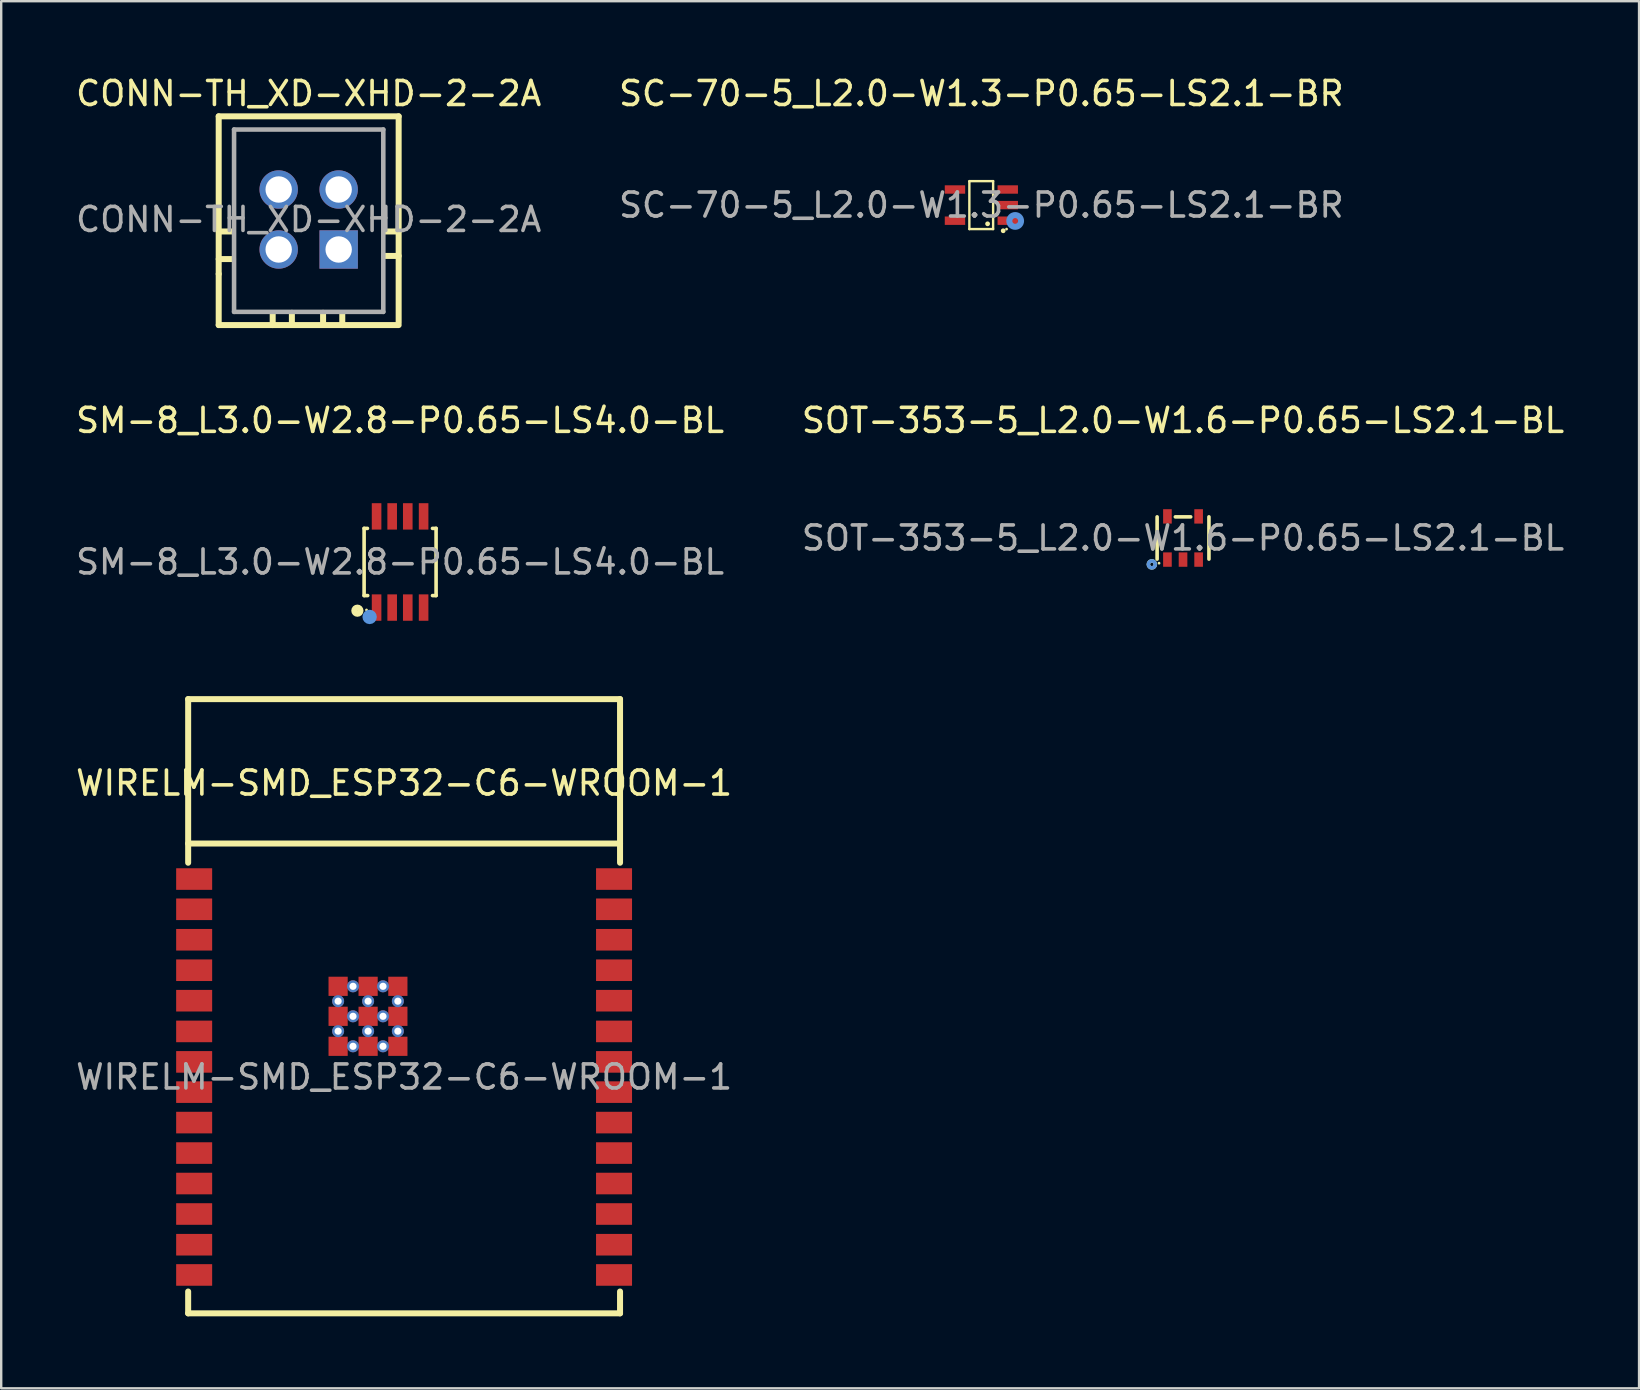
<source format=kicad_pcb>
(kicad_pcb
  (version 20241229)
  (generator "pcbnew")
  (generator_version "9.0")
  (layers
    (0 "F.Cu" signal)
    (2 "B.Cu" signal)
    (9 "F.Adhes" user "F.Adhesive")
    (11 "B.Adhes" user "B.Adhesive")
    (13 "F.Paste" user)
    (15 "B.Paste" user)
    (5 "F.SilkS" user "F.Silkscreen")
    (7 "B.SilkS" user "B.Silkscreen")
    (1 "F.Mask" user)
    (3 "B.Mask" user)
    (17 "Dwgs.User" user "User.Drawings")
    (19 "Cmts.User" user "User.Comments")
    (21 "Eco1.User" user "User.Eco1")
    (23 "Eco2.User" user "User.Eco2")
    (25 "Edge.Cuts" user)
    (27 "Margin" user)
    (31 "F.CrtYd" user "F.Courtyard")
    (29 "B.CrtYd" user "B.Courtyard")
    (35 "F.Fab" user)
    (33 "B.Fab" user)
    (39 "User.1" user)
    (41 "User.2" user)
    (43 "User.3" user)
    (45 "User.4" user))
  (footprint "SC-70-5_L2.0-W1.3-P0.65-LS2.1-BR"
    (layer "F.Cu")
    (at 37.851 5.498)
    (property "Reference" "SC-70-5_L2.0-W1.3-P0.65-LS2.1-BR" (at 0 -4.65 0) (layer "F.SilkS") (effects (font (size 1 1) (thickness 0.15))))
    (attr smd)
    (fp_line (start -0.5 -0.99) (end -0.5 1) (stroke (width 0.1) (type solid)) (layer "F.SilkS"))
    (fp_line (start -0.5 1) (end 0.49 1) (stroke (width 0.1) (type solid)) (layer "F.SilkS"))
    (fp_line (start -0.49 -1) (end -0.5 -0.99) (stroke (width 0.1) (type solid)) (layer "F.SilkS"))
    (fp_line (start 0.49 -1) (end -0.49 -1) (stroke (width 0.1) (type solid)) (layer "F.SilkS"))
    (fp_line (start 0.49 1) (end 0.49 -1) (stroke (width 0.1) (type solid)) (layer "F.SilkS"))
    (fp_circle (center 0.26 0.78) (end 0.31 0.78) (stroke (width 0.1) (type solid)) (fill no) (layer "F.SilkS"))
    (fp_circle (center 0.91 1.07) (end 0.96 1.07) (stroke (width 0.1) (type solid)) (fill no) (layer "F.SilkS"))
    (fp_circle (center 1.05 1) (end 1.08 1) (stroke (width 0.06) (type solid)) (fill no) (layer "F.SilkS"))
    (fp_circle (center 1.41 0.66) (end 1.53 0.66) (stroke (width 0.25) (type solid)) (fill no) (layer "Cmts.User"))
    (fp_text user "${REFERENCE}" (at 0 0 0) (layer "F.Fab") (effects (font (size 1 1) (thickness 0.15))))
    (pad "1" smd rect (at 1.1 0.65 90) (size 0.35 0.85) (layers "F.Cu" "F.Mask" "F.Paste"))
    (pad "2" smd rect (at 1.1 0 90) (size 0.35 0.85) (layers "F.Cu" "F.Mask" "F.Paste"))
    (pad "3" smd rect (at 1.1 -0.65 90) (size 0.35 0.85) (layers "F.Cu" "F.Mask" "F.Paste"))
    (pad "4" smd rect (at -1.1 -0.65 90) (size 0.35 0.85) (layers "F.Cu" "F.Mask" "F.Paste"))
    (pad "5" smd rect (at -1.1 0.65 90) (size 0.35 0.85) (layers "F.Cu" "F.Mask" "F.Paste")))
  (footprint "WIRELM-SMD_ESP32-C6-WROOM-1"
    (layer "F.Cu")
    (at 13.792 41.837)
    (property "Reference" "WIRELM-SMD_ESP32-C6-WROOM-1" (at 0 -12.25 0) (layer "F.SilkS") (effects (font (size 1 1) (thickness 0.15))))
    (attr smd)
    (fp_line (start -9 -15.75) (end -9 -8.93) (stroke (width 0.25) (type solid)) (layer "F.SilkS"))
    (fp_line (start -9 -9.73) (end 9 -9.73) (stroke (width 0.25) (type solid)) (layer "F.SilkS"))
    (fp_line (start -9 8.94) (end -9 9.85) (stroke (width 0.25) (type solid)) (layer "F.SilkS"))
    (fp_line (start 9 -15.75) (end -9 -15.75) (stroke (width 0.25) (type solid)) (layer "F.SilkS"))
    (fp_line (start 9 -15.75) (end 9 -8.93) (stroke (width 0.25) (type solid)) (layer "F.SilkS"))
    (fp_line (start 9 8.94) (end 9 9.85) (stroke (width 0.25) (type solid)) (layer "F.SilkS"))
    (fp_line (start 9 9.85) (end -9 9.85) (stroke (width 0.25) (type solid)) (layer "F.SilkS"))
    (fp_circle (center -9 -15.74) (end -8.97 -15.74) (stroke (width 0.06) (type solid)) (fill no) (layer "F.SilkS"))
    (fp_text user "${REFERENCE}" (at 0 0 0) (layer "F.Fab") (effects (font (size 1 1) (thickness 0.15))))
    (pad "" thru_hole circle (at -2.75 -3.16) (size 0.5 0.5) (drill 0.3) (layers "*.Cu" "*.Paste" "*.Mask"))
    (pad "" thru_hole circle (at -2.75 -1.91) (size 0.5 0.5) (drill 0.3) (layers "*.Cu" "*.Paste" "*.Mask"))
    (pad "" thru_hole circle (at -2.13 -3.78) (size 0.5 0.5) (drill 0.3) (layers "*.Cu" "*.Paste" "*.Mask"))
    (pad "" thru_hole circle (at -2.13 -2.53) (size 0.5 0.5) (drill 0.3) (layers "*.Cu" "*.Paste" "*.Mask"))
    (pad "" thru_hole circle (at -2.13 -1.28) (size 0.5 0.5) (drill 0.3) (layers "*.Cu" "*.Paste" "*.Mask"))
    (pad "" thru_hole circle (at -1.5 -3.16) (size 0.5 0.5) (drill 0.3) (layers "*.Cu" "*.Paste" "*.Mask"))
    (pad "" thru_hole circle (at -1.5 -1.91) (size 0.5 0.5) (drill 0.3) (layers "*.Cu" "*.Paste" "*.Mask"))
    (pad "" thru_hole circle (at -0.88 -3.78) (size 0.5 0.5) (drill 0.3) (layers "*.Cu" "*.Paste" "*.Mask"))
    (pad "" thru_hole circle (at -0.88 -2.53) (size 0.5 0.5) (drill 0.3) (layers "*.Cu" "*.Paste" "*.Mask"))
    (pad "" thru_hole circle (at -0.88 -1.28) (size 0.5 0.5) (drill 0.3) (layers "*.Cu" "*.Paste" "*.Mask"))
    (pad "" thru_hole circle (at -0.26 -3.16) (size 0.5 0.5) (drill 0.3) (layers "*.Cu" "*.Paste" "*.Mask"))
    (pad "" thru_hole circle (at -0.26 -1.91) (size 0.5 0.5) (drill 0.3) (layers "*.Cu" "*.Paste" "*.Mask"))
    (pad "1" smd rect (at -8.75 -8.25) (size 1.5 0.9) (layers "F.Cu" "F.Mask" "F.Paste"))
    (pad "2" smd rect (at -8.75 -6.99) (size 1.5 0.9) (layers "F.Cu" "F.Mask" "F.Paste"))
    (pad "3" smd rect (at -8.75 -5.72) (size 1.5 0.9) (layers "F.Cu" "F.Mask" "F.Paste"))
    (pad "4" smd rect (at -8.75 -4.45) (size 1.5 0.9) (layers "F.Cu" "F.Mask" "F.Paste"))
    (pad "5" smd rect (at -8.75 -3.18) (size 1.5 0.9) (layers "F.Cu" "F.Mask" "F.Paste"))
    (pad "6" smd rect (at -8.75 -1.9) (size 1.5 0.9) (layers "F.Cu" "F.Mask" "F.Paste"))
    (pad "7" smd rect (at -8.75 -0.63) (size 1.5 0.9) (layers "F.Cu" "F.Mask" "F.Paste"))
    (pad "8" smd rect (at -8.75 0.63) (size 1.5 0.9) (layers "F.Cu" "F.Mask" "F.Paste"))
    (pad "9" smd rect (at -8.75 1.9) (size 1.5 0.9) (layers "F.Cu" "F.Mask" "F.Paste"))
    (pad "10" smd rect (at -8.75 3.17) (size 1.5 0.9) (layers "F.Cu" "F.Mask" "F.Paste"))
    (pad "11" smd rect (at -8.75 4.44) (size 1.5 0.9) (layers "F.Cu" "F.Mask" "F.Paste"))
    (pad "12" smd rect (at -8.75 5.71) (size 1.5 0.9) (layers "F.Cu" "F.Mask" "F.Paste"))
    (pad "13" smd rect (at -8.75 6.99) (size 1.5 0.9) (layers "F.Cu" "F.Mask" "F.Paste"))
    (pad "14" smd rect (at -8.75 8.25) (size 1.5 0.9) (layers "F.Cu" "F.Mask" "F.Paste"))
    (pad "15" smd rect (at 8.75 8.25) (size 1.5 0.9) (layers "F.Cu" "F.Mask" "F.Paste"))
    (pad "16" smd rect (at 8.75 6.99) (size 1.5 0.9) (layers "F.Cu" "F.Mask" "F.Paste"))
    (pad "17" smd rect (at 8.75 5.71) (size 1.5 0.9) (layers "F.Cu" "F.Mask" "F.Paste"))
    (pad "18" smd rect (at 8.75 4.44) (size 1.5 0.9) (layers "F.Cu" "F.Mask" "F.Paste"))
    (pad "19" smd rect (at 8.75 3.17) (size 1.5 0.9) (layers "F.Cu" "F.Mask" "F.Paste"))
    (pad "20" smd rect (at 8.75 1.9) (size 1.5 0.9) (layers "F.Cu" "F.Mask" "F.Paste"))
    (pad "21" smd rect (at 8.75 0.63) (size 1.5 0.9) (layers "F.Cu" "F.Mask" "F.Paste"))
    (pad "22" smd rect (at 8.75 -0.63) (size 1.5 0.9) (layers "F.Cu" "F.Mask" "F.Paste"))
    (pad "23" smd rect (at 8.75 -1.9) (size 1.5 0.9) (layers "F.Cu" "F.Mask" "F.Paste"))
    (pad "24" smd rect (at 8.75 -3.18) (size 1.5 0.9) (layers "F.Cu" "F.Mask" "F.Paste"))
    (pad "25" smd rect (at 8.75 -4.45) (size 1.5 0.9) (layers "F.Cu" "F.Mask" "F.Paste"))
    (pad "26" smd rect (at 8.75 -5.72) (size 1.5 0.9) (layers "F.Cu" "F.Mask" "F.Paste"))
    (pad "27" smd rect (at 8.75 -6.99) (size 1.5 0.9) (layers "F.Cu" "F.Mask" "F.Paste"))
    (pad "28" smd rect (at 8.75 -8.25) (size 1.5 0.9) (layers "F.Cu" "F.Mask" "F.Paste"))
    (pad "29" smd rect (at -2.75 -3.78) (size 0.8 0.8) (layers "F.Cu" "F.Mask" "F.Paste"))
    (pad "30" smd rect (at -1.5 -3.78) (size 0.8 0.8) (layers "F.Cu" "F.Mask" "F.Paste"))
    (pad "31" smd rect (at -0.26 -3.78) (size 0.8 0.8) (layers "F.Cu" "F.Mask" "F.Paste"))
    (pad "32" smd rect (at -0.26 -2.53) (size 0.8 0.8) (layers "F.Cu" "F.Mask" "F.Paste"))
    (pad "33" smd rect (at -1.5 -2.53) (size 0.8 0.8) (layers "F.Cu" "F.Mask" "F.Paste"))
    (pad "34" smd rect (at -2.75 -2.53) (size 0.8 0.8) (layers "F.Cu" "F.Mask" "F.Paste"))
    (pad "35" smd rect (at -2.75 -1.28) (size 0.8 0.8) (layers "F.Cu" "F.Mask" "F.Paste"))
    (pad "36" smd rect (at -1.5 -1.28) (size 0.8 0.8) (layers "F.Cu" "F.Mask" "F.Paste"))
    (pad "37" smd rect (at -0.26 -1.28) (size 0.8 0.8) (layers "F.Cu" "F.Mask" "F.Paste")))
  (footprint "CONN-TH_XD-XHD-2-2A"
    (layer "F.Cu")
    (at 9.815 6.098)
    (property "Reference" "CONN-TH_XD-XHD-2-2A" (at 0 -5.25 0) (layer "F.SilkS") (effects (font (size 1 1) (thickness 0.15))))
    (attr through_hole)
    (fp_line (start -3.75 -4.3) (end 3.75 -4.3) (stroke (width 0.25) (type solid)) (layer "F.SilkS"))
    (fp_line (start -3.75 0.5) (end -3.2 0.5) (stroke (width 0.25) (type solid)) (layer "F.SilkS"))
    (fp_line (start -3.75 2.27) (end -3.75 -4.3) (stroke (width 0.25) (type solid)) (layer "F.SilkS"))
    (fp_line (start -3.75 2.27) (end -3.75 4.4) (stroke (width 0.25) (type solid)) (layer "F.SilkS"))
    (fp_line (start -3.75 4.4) (end 3.75 4.4) (stroke (width 0.25) (type solid)) (layer "F.SilkS"))
    (fp_line (start -3.15 1.65) (end -3.75 1.65) (stroke (width 0.25) (type solid)) (layer "F.SilkS"))
    (fp_line (start -1.5 3.9) (end -1.5 4.4) (stroke (width 0.25) (type solid)) (layer "F.SilkS"))
    (fp_line (start -0.7 3.89) (end -0.7 4.39) (stroke (width 0.25) (type solid)) (layer "F.SilkS"))
    (fp_line (start 0.6 3.89) (end 0.6 4.39) (stroke (width 0.25) (type solid)) (layer "F.SilkS"))
    (fp_line (start 1.4 3.9) (end 1.4 4.4) (stroke (width 0.25) (type solid)) (layer "F.SilkS"))
    (fp_line (start 3.15 0.5) (end 3.75 0.5) (stroke (width 0.25) (type solid)) (layer "F.SilkS"))
    (fp_line (start 3.15 1.52) (end 3.75 1.52) (stroke (width 0.25) (type solid)) (layer "F.SilkS"))
    (fp_line (start 3.75 -4.3) (end 3.75 4.3) (stroke (width 0.25) (type solid)) (layer "F.SilkS"))
    (fp_circle (center 3.75 4.3) (end 3.78 4.3) (stroke (width 0.06) (type solid)) (fill no) (layer "F.SilkS"))
    (fp_line (start -3.11 -3.75) (end 3.11 -3.75) (stroke (width 0.19) (type solid)) (layer "F.Fab"))
    (fp_line (start -3.11 3.85) (end -3.11 -3.75) (stroke (width 0.19) (type solid)) (layer "F.Fab"))
    (fp_line (start 3.11 -3.75) (end 3.11 3.85) (stroke (width 0.19) (type solid)) (layer "F.Fab"))
    (fp_line (start 3.11 3.85) (end -3.11 3.85) (stroke (width 0.19) (type solid)) (layer "F.Fab"))
    (fp_text user "${REFERENCE}" (at 0 0 0) (layer "F.Fab") (effects (font (size 1 1) (thickness 0.15))))
    (pad "1" thru_hole rect (at 1.25 1.25) (size 1.6 1.6) (drill 1.1) (layers "*.Cu" "*.Mask"))
    (pad "2" thru_hole circle (at 1.25 -1.25) (size 1.6 1.6) (drill 1.1) (layers "*.Cu" "*.Mask"))
    (pad "3" thru_hole circle (at -1.25 1.25) (size 1.6 1.6) (drill 1.1) (layers "*.Cu" "*.Mask"))
    (pad "4" thru_hole circle (at -1.25 -1.25) (size 1.6 1.6) (drill 1.1) (layers "*.Cu" "*.Mask")))
  (footprint "SOT-353-5_L2.0-W1.6-P0.65-LS2.1-BL"
    (layer "F.Cu")
    (at 46.256 19.372)
    (property "Reference" "SOT-353-5_L2.0-W1.6-P0.65-LS2.1-BL" (at 0 -4.9 0) (layer "F.SilkS") (effects (font (size 1 1) (thickness 0.15))))
    (attr smd)
    (fp_line (start -1.08 0.88) (end -1.08 -0.88) (stroke (width 0.15) (type solid)) (layer "F.SilkS"))
    (fp_line (start -0.32 -0.88) (end 0.32 -0.88) (stroke (width 0.15) (type solid)) (layer "F.SilkS"))
    (fp_line (start 1.08 0.88) (end 1.08 -0.88) (stroke (width 0.15) (type solid)) (layer "F.SilkS"))
    (fp_circle (center -1.3 1.1) (end -1.23 1.1) (stroke (width 0.15) (type solid)) (fill no) (layer "F.SilkS"))
    (fp_circle (center -1 1.05) (end -0.97 1.05) (stroke (width 0.06) (type solid)) (fill no) (layer "F.SilkS"))
    (fp_circle (center -1.3 1.1) (end -1.23 1.1) (stroke (width 0.15) (type solid)) (fill no) (layer "Cmts.User"))
    (fp_text user "${REFERENCE}" (at 0 0 0) (layer "F.Fab") (effects (font (size 1 1) (thickness 0.15))))
    (pad "1" smd rect (at -0.65 0.9) (size 0.36 0.6) (layers "F.Cu" "F.Mask" "F.Paste"))
    (pad "2" smd rect (at 0 0.9) (size 0.36 0.6) (layers "F.Cu" "F.Mask" "F.Paste"))
    (pad "3" smd rect (at 0.65 0.9) (size 0.36 0.6) (layers "F.Cu" "F.Mask" "F.Paste"))
    (pad "4" smd rect (at 0.65 -0.9) (size 0.36 0.6) (layers "F.Cu" "F.Mask" "F.Paste"))
    (pad "5" smd rect (at -0.65 -0.9) (size 0.36 0.6) (layers "F.Cu" "F.Mask" "F.Paste")))
  (footprint "SM-8_L3.0-W2.8-P0.65-LS4.0-BL"
    (layer "F.Cu")
    (at 13.625 20.372)
    (property "Reference" "SM-8_L3.0-W2.8-P0.65-LS4.0-BL" (at 0 -5.9 0) (layer "F.SilkS") (effects (font (size 1 1) (thickness 0.15))))
    (attr smd)
    (fp_line (start -1.5 -1.4) (end -1.5 1.4) (stroke (width 0.15) (type solid)) (layer "F.SilkS"))
    (fp_line (start -1.5 -1.4) (end -1.36 -1.4) (stroke (width 0.15) (type solid)) (layer "F.SilkS"))
    (fp_line (start -1.35 1.4) (end -1.5 1.4) (stroke (width 0.15) (type solid)) (layer "F.SilkS"))
    (fp_line (start 1.5 -1.4) (end 1.35 -1.4) (stroke (width 0.15) (type solid)) (layer "F.SilkS"))
    (fp_line (start 1.5 -1.4) (end 1.5 1.4) (stroke (width 0.15) (type solid)) (layer "F.SilkS"))
    (fp_line (start 1.5 1.4) (end 1.35 1.4) (stroke (width 0.15) (type solid)) (layer "F.SilkS"))
    (fp_circle (center -1.78 2.03) (end -1.65 2.03) (stroke (width 0.25) (type solid)) (fill no) (layer "F.SilkS"))
    (fp_circle (center -1.4 2) (end -1.37 2) (stroke (width 0.06) (type solid)) (fill no) (layer "F.SilkS"))
    (fp_circle (center -1.27 2.29) (end -1.12 2.29) (stroke (width 0.3) (type solid)) (fill no) (layer "Cmts.User"))
    (fp_text user "${REFERENCE}" (at 0 0 0) (layer "F.Fab") (effects (font (size 1 1) (thickness 0.15))))
    (pad "1" smd rect (at -0.98 1.9) (size 0.4 1.1) (layers "F.Cu" "F.Mask" "F.Paste"))
    (pad "2" smd rect (at -0.33 1.9) (size 0.4 1.1) (layers "F.Cu" "F.Mask" "F.Paste"))
    (pad "3" smd rect (at 0.32 1.9) (size 0.4 1.1) (layers "F.Cu" "F.Mask" "F.Paste"))
    (pad "4" smd rect (at 0.98 1.9) (size 0.4 1.1) (layers "F.Cu" "F.Mask" "F.Paste"))
    (pad "5" smd rect (at 0.98 -1.9) (size 0.4 1.1) (layers "F.Cu" "F.Mask" "F.Paste"))
    (pad "6" smd rect (at 0.32 -1.9) (size 0.4 1.1) (layers "F.Cu" "F.Mask" "F.Paste"))
    (pad "7" smd rect (at -0.33 -1.9) (size 0.4 1.1) (layers "F.Cu" "F.Mask" "F.Paste"))
    (pad "8" smd rect (at -0.98 -1.9) (size 0.4 1.1) (layers "F.Cu" "F.Mask" "F.Paste")))
  (gr_rect
    (start -3 -3)
    (end 65.262 54.812)
    (stroke (width 0.1) (type default))
    (fill no)
    (layer "Edge.Cuts")))
</source>
